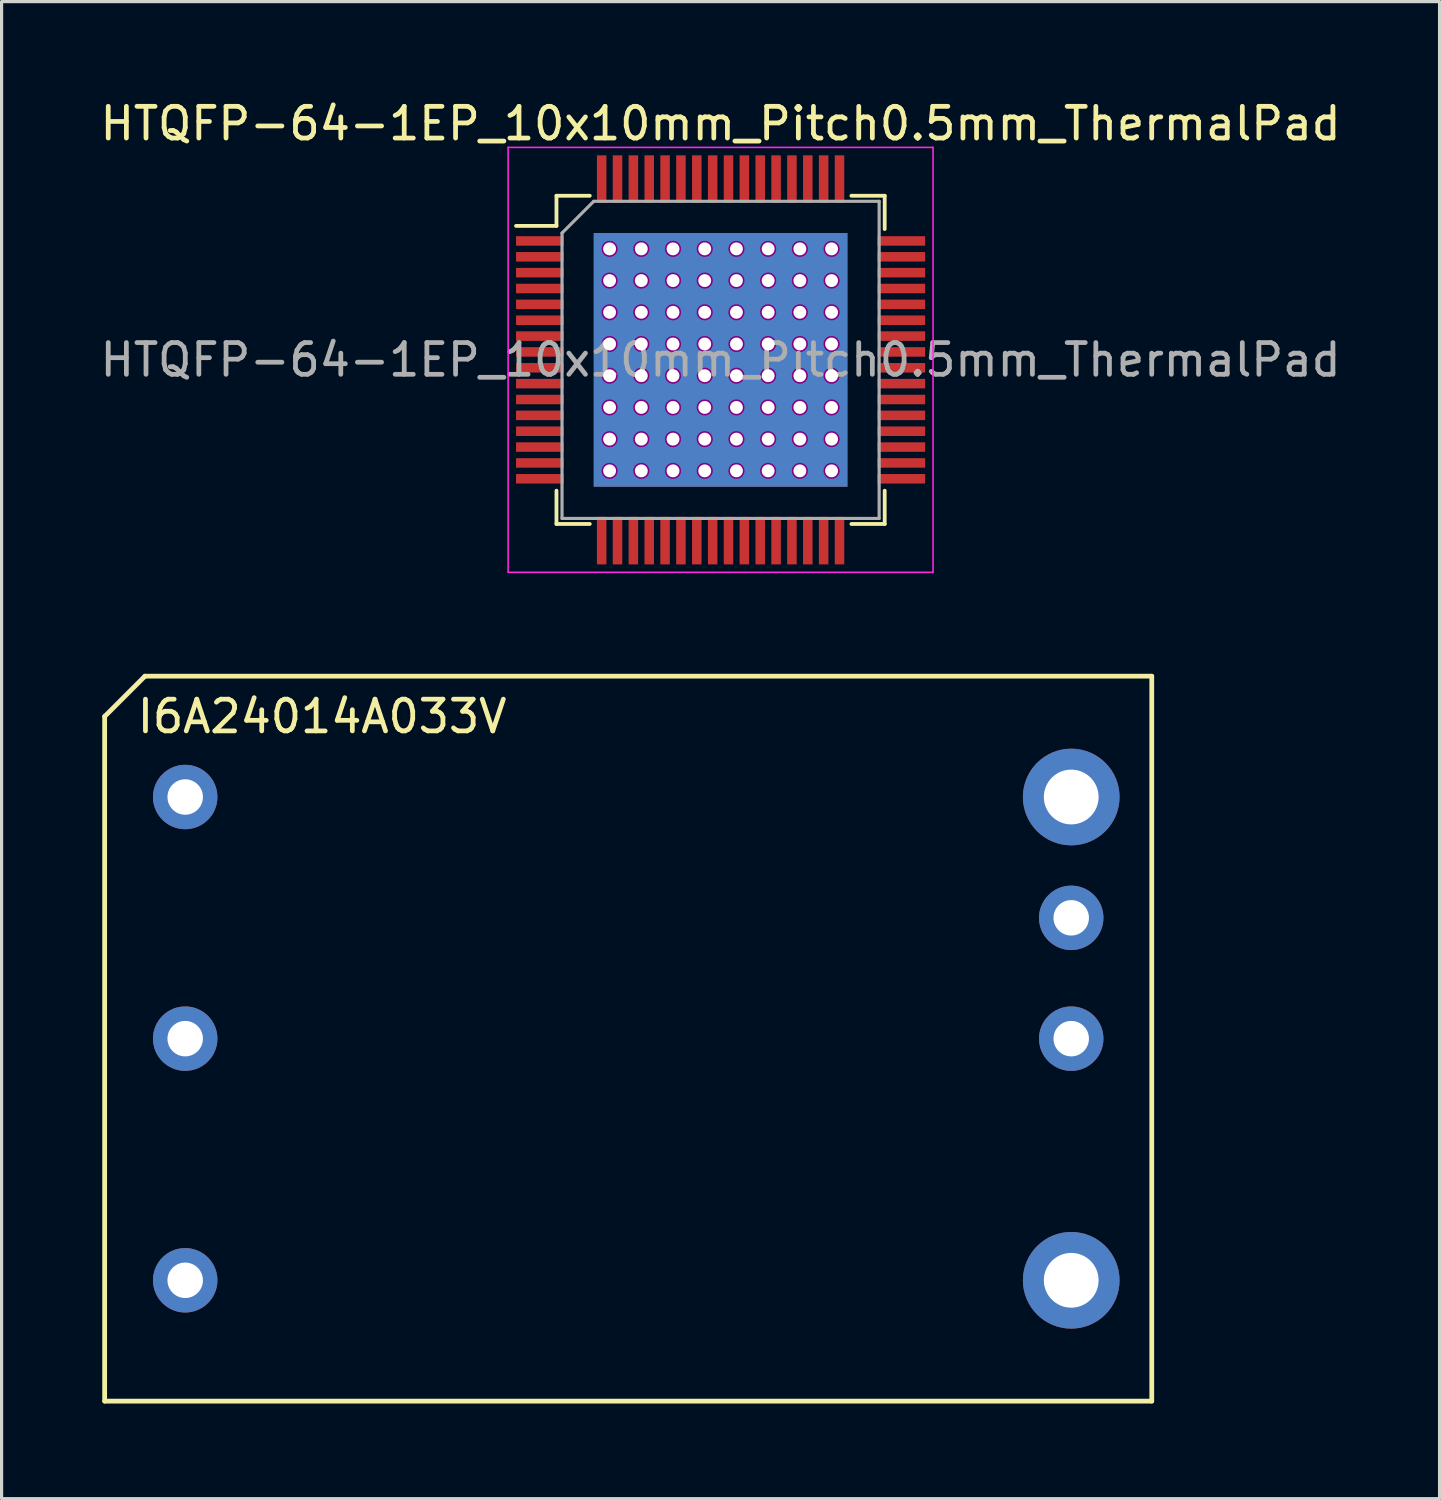
<source format=kicad_pcb>
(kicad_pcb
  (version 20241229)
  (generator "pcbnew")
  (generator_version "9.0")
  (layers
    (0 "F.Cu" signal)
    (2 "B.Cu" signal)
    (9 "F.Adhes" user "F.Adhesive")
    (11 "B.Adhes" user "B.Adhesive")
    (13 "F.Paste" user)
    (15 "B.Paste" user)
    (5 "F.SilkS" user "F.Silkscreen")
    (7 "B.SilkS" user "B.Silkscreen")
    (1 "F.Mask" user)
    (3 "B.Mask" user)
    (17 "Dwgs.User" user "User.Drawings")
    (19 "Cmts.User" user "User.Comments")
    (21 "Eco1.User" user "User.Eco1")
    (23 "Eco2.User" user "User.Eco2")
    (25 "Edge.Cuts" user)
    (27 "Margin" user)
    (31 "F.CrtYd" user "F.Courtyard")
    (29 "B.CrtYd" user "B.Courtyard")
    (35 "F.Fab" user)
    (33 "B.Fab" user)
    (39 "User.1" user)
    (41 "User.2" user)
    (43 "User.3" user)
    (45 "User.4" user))
  (footprint "I6A24014A033V"
    (layer "F.Cu")
    (at 0.25 18.273)
    (property "Reference" "I6A24014A033V" (at 6.858 1.27 0) (layer "F.SilkS") (effects (font (size 1 1) (thickness 0.15))))
    (attr through_hole)
    (fp_line (start 0 1.27) (end 0 22.86) (stroke (width 0.15) (type solid)) (layer "F.SilkS"))
    (fp_line (start 0 22.86) (end 33.02 22.86) (stroke (width 0.15) (type solid)) (layer "F.SilkS"))
    (fp_line (start 1.27 0) (end 0 1.27) (stroke (width 0.15) (type solid)) (layer "F.SilkS"))
    (fp_line (start 1.27 0) (end 33.02 0) (stroke (width 0.15) (type solid)) (layer "F.SilkS"))
    (fp_line (start 33.02 0) (end 33.02 22.86) (stroke (width 0.15) (type solid)) (layer "F.SilkS"))
    (pad "1" thru_hole circle (at 2.54 3.81) (size 2.032 2.032) (drill 1.118) (layers "*.Cu" "*.Mask"))
    (pad "2" thru_hole circle (at 2.54 11.43) (size 2.032 2.032) (drill 1.118) (layers "*.Cu" "*.Mask"))
    (pad "3" thru_hole circle (at 2.54 19.05) (size 2.032 2.032) (drill 1.118) (layers "*.Cu" "*.Mask" "Eco1.User"))
    (pad "4" thru_hole circle (at 30.48 19.05) (size 3.048 3.048) (drill 1.727) (layers "*.Cu" "*.Mask" "Eco1.User"))
    (pad "6" thru_hole circle (at 30.48 11.43) (size 2.032 2.032) (drill 1.118) (layers "*.Cu" "*.Mask"))
    (pad "7" thru_hole circle (at 30.48 7.62) (size 2.032 2.032) (drill 1.118) (layers "*.Cu" "*.Mask"))
    (pad "8" thru_hole circle (at 30.48 3.81) (size 3.048 3.048) (drill 1.727) (layers "*.Cu" "*.Mask" "Eco1.User")))
  (footprint "HTQFP-64-1EP_10x10mm_Pitch0.5mm_ThermalPad"
    (layer "F.Cu")
    (at 19.673 8.298)
    (property "Reference" "HTQFP-64-1EP_10x10mm_Pitch0.5mm_ThermalPad" (at 0 -7.45 0) (layer "F.SilkS") (effects (font (size 1 1) (thickness 0.15))))
    (attr smd)
    (fp_line (start -5.175 -5.175) (end -5.175 -4.225) (stroke (width 0.12) (type solid)) (layer "F.SilkS"))
    (fp_line (start -5.175 -5.175) (end -4.125 -5.175) (stroke (width 0.12) (type solid)) (layer "F.SilkS"))
    (fp_line (start -5.175 -4.225) (end -6.45 -4.225) (stroke (width 0.12) (type solid)) (layer "F.SilkS"))
    (fp_line (start -5.175 5.175) (end -5.175 4.125) (stroke (width 0.12) (type solid)) (layer "F.SilkS"))
    (fp_line (start -5.175 5.175) (end -4.125 5.175) (stroke (width 0.12) (type solid)) (layer "F.SilkS"))
    (fp_line (start 5.175 -5.175) (end 4.125 -5.175) (stroke (width 0.12) (type solid)) (layer "F.SilkS"))
    (fp_line (start 5.175 -5.175) (end 5.175 -4.125) (stroke (width 0.12) (type solid)) (layer "F.SilkS"))
    (fp_line (start 5.175 5.175) (end 4.125 5.175) (stroke (width 0.12) (type solid)) (layer "F.SilkS"))
    (fp_line (start 5.175 5.175) (end 5.175 4.125) (stroke (width 0.12) (type solid)) (layer "F.SilkS"))
    (fp_line (start -6.7 -6.7) (end -6.7 6.7) (stroke (width 0.05) (type solid)) (layer "F.CrtYd"))
    (fp_line (start -6.7 -6.7) (end 6.7 -6.7) (stroke (width 0.05) (type solid)) (layer "F.CrtYd"))
    (fp_line (start -6.7 6.7) (end 6.7 6.7) (stroke (width 0.05) (type solid)) (layer "F.CrtYd"))
    (fp_line (start 6.7 -6.7) (end 6.7 6.7) (stroke (width 0.05) (type solid)) (layer "F.CrtYd"))
    (fp_line (start -5 -4) (end -4 -5) (stroke (width 0.1) (type solid)) (layer "F.Fab"))
    (fp_line (start -5 5) (end -5 -4) (stroke (width 0.1) (type solid)) (layer "F.Fab"))
    (fp_line (start -4 -5) (end 5 -5) (stroke (width 0.1) (type solid)) (layer "F.Fab"))
    (fp_line (start 5 -5) (end 5 5) (stroke (width 0.1) (type solid)) (layer "F.Fab"))
    (fp_line (start 5 5) (end -5 5) (stroke (width 0.1) (type solid)) (layer "F.Fab"))
    (fp_text user "${REFERENCE}" (at 0 0 0) (layer "F.Fab") (effects (font (size 1 1) (thickness 0.15))))
    (pad "1" smd rect (at -5.7 -3.75) (size 1.5 0.3) (layers "F.Cu" "F.Mask" "F.Paste"))
    (pad "2" smd rect (at -5.7 -3.25) (size 1.5 0.3) (layers "F.Cu" "F.Mask" "F.Paste"))
    (pad "3" smd rect (at -5.7 -2.75) (size 1.5 0.3) (layers "F.Cu" "F.Mask" "F.Paste"))
    (pad "4" smd rect (at -5.7 -2.25) (size 1.5 0.3) (layers "F.Cu" "F.Mask" "F.Paste"))
    (pad "5" smd rect (at -5.7 -1.75) (size 1.5 0.3) (layers "F.Cu" "F.Mask" "F.Paste"))
    (pad "6" smd rect (at -5.7 -1.25) (size 1.5 0.3) (layers "F.Cu" "F.Mask" "F.Paste"))
    (pad "7" smd rect (at -5.7 -0.75) (size 1.5 0.3) (layers "F.Cu" "F.Mask" "F.Paste"))
    (pad "8" smd rect (at -5.7 -0.25) (size 1.5 0.3) (layers "F.Cu" "F.Mask" "F.Paste"))
    (pad "9" smd rect (at -5.7 0.25) (size 1.5 0.3) (layers "F.Cu" "F.Mask" "F.Paste"))
    (pad "10" smd rect (at -5.7 0.75) (size 1.5 0.3) (layers "F.Cu" "F.Mask" "F.Paste"))
    (pad "11" smd rect (at -5.7 1.25) (size 1.5 0.3) (layers "F.Cu" "F.Mask" "F.Paste"))
    (pad "12" smd rect (at -5.7 1.75) (size 1.5 0.3) (layers "F.Cu" "F.Mask" "F.Paste"))
    (pad "13" smd rect (at -5.7 2.25) (size 1.5 0.3) (layers "F.Cu" "F.Mask" "F.Paste"))
    (pad "14" smd rect (at -5.7 2.75) (size 1.5 0.3) (layers "F.Cu" "F.Mask" "F.Paste"))
    (pad "15" smd rect (at -5.7 3.25) (size 1.5 0.3) (layers "F.Cu" "F.Mask" "F.Paste"))
    (pad "16" smd rect (at -5.7 3.75) (size 1.5 0.3) (layers "F.Cu" "F.Mask" "F.Paste"))
    (pad "17" smd rect (at -3.75 5.7 90) (size 1.5 0.3) (layers "F.Cu" "F.Mask" "F.Paste"))
    (pad "18" smd rect (at -3.25 5.7 90) (size 1.5 0.3) (layers "F.Cu" "F.Mask" "F.Paste"))
    (pad "19" smd rect (at -2.75 5.7 90) (size 1.5 0.3) (layers "F.Cu" "F.Mask" "F.Paste"))
    (pad "20" smd rect (at -2.25 5.7 90) (size 1.5 0.3) (layers "F.Cu" "F.Mask" "F.Paste"))
    (pad "21" smd rect (at -1.75 5.7 90) (size 1.5 0.3) (layers "F.Cu" "F.Mask" "F.Paste"))
    (pad "22" smd rect (at -1.25 5.7 90) (size 1.5 0.3) (layers "F.Cu" "F.Mask" "F.Paste"))
    (pad "23" smd rect (at -0.75 5.7 90) (size 1.5 0.3) (layers "F.Cu" "F.Mask" "F.Paste"))
    (pad "24" smd rect (at -0.25 5.7 90) (size 1.5 0.3) (layers "F.Cu" "F.Mask" "F.Paste"))
    (pad "25" smd rect (at 0.25 5.7 90) (size 1.5 0.3) (layers "F.Cu" "F.Mask" "F.Paste"))
    (pad "26" smd rect (at 0.75 5.7 90) (size 1.5 0.3) (layers "F.Cu" "F.Mask" "F.Paste"))
    (pad "27" smd rect (at 1.25 5.7 90) (size 1.5 0.3) (layers "F.Cu" "F.Mask" "F.Paste"))
    (pad "28" smd rect (at 1.75 5.7 90) (size 1.5 0.3) (layers "F.Cu" "F.Mask" "F.Paste"))
    (pad "29" smd rect (at 2.25 5.7 90) (size 1.5 0.3) (layers "F.Cu" "F.Mask" "F.Paste"))
    (pad "30" smd rect (at 2.75 5.7 90) (size 1.5 0.3) (layers "F.Cu" "F.Mask" "F.Paste"))
    (pad "31" smd rect (at 3.25 5.7 90) (size 1.5 0.3) (layers "F.Cu" "F.Mask" "F.Paste"))
    (pad "32" smd rect (at 3.75 5.7 90) (size 1.5 0.3) (layers "F.Cu" "F.Mask" "F.Paste"))
    (pad "33" smd rect (at 5.7 3.75) (size 1.5 0.3) (layers "F.Cu" "F.Mask" "F.Paste"))
    (pad "34" smd rect (at 5.7 3.25) (size 1.5 0.3) (layers "F.Cu" "F.Mask" "F.Paste"))
    (pad "35" smd rect (at 5.7 2.75) (size 1.5 0.3) (layers "F.Cu" "F.Mask" "F.Paste"))
    (pad "36" smd rect (at 5.7 2.25) (size 1.5 0.3) (layers "F.Cu" "F.Mask" "F.Paste"))
    (pad "37" smd rect (at 5.7 1.75) (size 1.5 0.3) (layers "F.Cu" "F.Mask" "F.Paste"))
    (pad "38" smd rect (at 5.7 1.25) (size 1.5 0.3) (layers "F.Cu" "F.Mask" "F.Paste"))
    (pad "39" smd rect (at 5.7 0.75) (size 1.5 0.3) (layers "F.Cu" "F.Mask" "F.Paste"))
    (pad "40" smd rect (at 5.7 0.25) (size 1.5 0.3) (layers "F.Cu" "F.Mask" "F.Paste"))
    (pad "41" smd rect (at 5.7 -0.25) (size 1.5 0.3) (layers "F.Cu" "F.Mask" "F.Paste"))
    (pad "42" smd rect (at 5.7 -0.75) (size 1.5 0.3) (layers "F.Cu" "F.Mask" "F.Paste"))
    (pad "43" smd rect (at 5.7 -1.25) (size 1.5 0.3) (layers "F.Cu" "F.Mask" "F.Paste"))
    (pad "44" smd rect (at 5.7 -1.75) (size 1.5 0.3) (layers "F.Cu" "F.Mask" "F.Paste"))
    (pad "45" smd rect (at 5.7 -2.25) (size 1.5 0.3) (layers "F.Cu" "F.Mask" "F.Paste"))
    (pad "46" smd rect (at 5.7 -2.75) (size 1.5 0.3) (layers "F.Cu" "F.Mask" "F.Paste"))
    (pad "47" smd rect (at 5.7 -3.25) (size 1.5 0.3) (layers "F.Cu" "F.Mask" "F.Paste"))
    (pad "48" smd rect (at 5.7 -3.75) (size 1.5 0.3) (layers "F.Cu" "F.Mask" "F.Paste"))
    (pad "49" smd rect (at 3.75 -5.7 90) (size 1.5 0.3) (layers "F.Cu" "F.Mask" "F.Paste"))
    (pad "50" smd rect (at 3.25 -5.7 90) (size 1.5 0.3) (layers "F.Cu" "F.Mask" "F.Paste"))
    (pad "51" smd rect (at 2.75 -5.7 90) (size 1.5 0.3) (layers "F.Cu" "F.Mask" "F.Paste"))
    (pad "52" smd rect (at 2.25 -5.7 90) (size 1.5 0.3) (layers "F.Cu" "F.Mask" "F.Paste"))
    (pad "53" smd rect (at 1.75 -5.7 90) (size 1.5 0.3) (layers "F.Cu" "F.Mask" "F.Paste"))
    (pad "54" smd rect (at 1.25 -5.7 90) (size 1.5 0.3) (layers "F.Cu" "F.Mask" "F.Paste"))
    (pad "55" smd rect (at 0.75 -5.7 90) (size 1.5 0.3) (layers "F.Cu" "F.Mask" "F.Paste"))
    (pad "56" smd rect (at 0.25 -5.7 90) (size 1.5 0.3) (layers "F.Cu" "F.Mask" "F.Paste"))
    (pad "57" smd rect (at -0.25 -5.7 90) (size 1.5 0.3) (layers "F.Cu" "F.Mask" "F.Paste"))
    (pad "58" smd rect (at -0.75 -5.7 90) (size 1.5 0.3) (layers "F.Cu" "F.Mask" "F.Paste"))
    (pad "59" smd rect (at -1.25 -5.7 90) (size 1.5 0.3) (layers "F.Cu" "F.Mask" "F.Paste"))
    (pad "60" smd rect (at -1.75 -5.7 90) (size 1.5 0.3) (layers "F.Cu" "F.Mask" "F.Paste"))
    (pad "61" smd rect (at -2.25 -5.7 90) (size 1.5 0.3) (layers "F.Cu" "F.Mask" "F.Paste"))
    (pad "62" smd rect (at -2.75 -5.7 90) (size 1.5 0.3) (layers "F.Cu" "F.Mask" "F.Paste"))
    (pad "63" smd rect (at -3.25 -5.7 90) (size 1.5 0.3) (layers "F.Cu" "F.Mask" "F.Paste"))
    (pad "64" smd rect (at -3.75 -5.7 90) (size 1.5 0.3) (layers "F.Cu" "F.Mask" "F.Paste"))
    (pad "65" thru_hole circle (at -3.5 -3.5 90) (size 0.508 0.508) (drill 0.406) (layers "*.Cu" "F.Adhes"))
    (pad "65" thru_hole circle (at -3.5 -2.5 90) (size 0.508 0.508) (drill 0.406) (layers "*.Cu" "F.Adhes"))
    (pad "65" thru_hole circle (at -3.5 -1.5 90) (size 0.508 0.508) (drill 0.406) (layers "*.Cu" "F.Adhes"))
    (pad "65" thru_hole circle (at -3.5 -0.5 90) (size 0.508 0.508) (drill 0.406) (layers "*.Cu" "F.Adhes"))
    (pad "65" thru_hole circle (at -3.5 0.5 90) (size 0.508 0.508) (drill 0.406) (layers "*.Cu" "F.Adhes"))
    (pad "65" thru_hole circle (at -3.5 1.5 90) (size 0.508 0.508) (drill 0.406) (layers "*.Cu" "F.Adhes"))
    (pad "65" thru_hole circle (at -3.5 2.5 90) (size 0.508 0.508) (drill 0.406) (layers "*.Cu" "F.Adhes"))
    (pad "65" thru_hole circle (at -3.5 3.5 90) (size 0.508 0.508) (drill 0.406) (layers "*.Cu" "F.Adhes"))
    (pad "65" thru_hole circle (at -2.5 -3.5 90) (size 0.508 0.508) (drill 0.406) (layers "*.Cu" "F.Adhes"))
    (pad "65" thru_hole circle (at -2.5 -2.5 90) (size 0.508 0.508) (drill 0.406) (layers "*.Cu" "F.Adhes"))
    (pad "65" thru_hole circle (at -2.5 -1.5 90) (size 0.508 0.508) (drill 0.406) (layers "*.Cu" "F.Adhes"))
    (pad "65" thru_hole circle (at -2.5 -0.5 90) (size 0.508 0.508) (drill 0.406) (layers "*.Cu" "F.Adhes"))
    (pad "65" thru_hole circle (at -2.5 0.5 90) (size 0.508 0.508) (drill 0.406) (layers "*.Cu" "F.Adhes"))
    (pad "65" thru_hole circle (at -2.5 1.5 90) (size 0.508 0.508) (drill 0.406) (layers "*.Cu" "F.Adhes"))
    (pad "65" thru_hole circle (at -2.5 2.5 90) (size 0.508 0.508) (drill 0.406) (layers "*.Cu" "F.Adhes"))
    (pad "65" thru_hole circle (at -2.5 3.5 90) (size 0.508 0.508) (drill 0.406) (layers "*.Cu" "F.Adhes"))
    (pad "65" thru_hole circle (at -1.5 -3.5 90) (size 0.508 0.508) (drill 0.406) (layers "*.Cu" "F.Adhes"))
    (pad "65" thru_hole circle (at -1.5 -2.5 90) (size 0.508 0.508) (drill 0.406) (layers "*.Cu" "F.Adhes"))
    (pad "65" thru_hole circle (at -1.5 -1.5 90) (size 0.508 0.508) (drill 0.406) (layers "*.Cu" "F.Adhes"))
    (pad "65" thru_hole circle (at -1.5 -0.5 90) (size 0.508 0.508) (drill 0.406) (layers "*.Cu" "F.Adhes"))
    (pad "65" thru_hole circle (at -1.5 0.5 90) (size 0.508 0.508) (drill 0.406) (layers "*.Cu" "F.Adhes"))
    (pad "65" thru_hole circle (at -1.5 1.5 90) (size 0.508 0.508) (drill 0.406) (layers "*.Cu" "F.Adhes"))
    (pad "65" thru_hole circle (at -1.5 2.5 90) (size 0.508 0.508) (drill 0.406) (layers "*.Cu" "F.Adhes"))
    (pad "65" thru_hole circle (at -1.5 3.5 90) (size 0.508 0.508) (drill 0.406) (layers "*.Cu" "F.Adhes"))
    (pad "65" thru_hole circle (at -0.5 -3.5 90) (size 0.508 0.508) (drill 0.406) (layers "*.Cu" "F.Adhes"))
    (pad "65" thru_hole circle (at -0.5 -2.5 90) (size 0.508 0.508) (drill 0.406) (layers "*.Cu" "F.Adhes"))
    (pad "65" thru_hole circle (at -0.5 -1.5 90) (size 0.508 0.508) (drill 0.406) (layers "*.Cu" "F.Adhes"))
    (pad "65" thru_hole circle (at -0.5 -0.5 90) (size 0.508 0.508) (drill 0.406) (layers "*.Cu" "F.Adhes"))
    (pad "65" thru_hole circle (at -0.5 0.5 90) (size 0.508 0.508) (drill 0.406) (layers "*.Cu" "F.Adhes"))
    (pad "65" thru_hole circle (at -0.5 1.5 90) (size 0.508 0.508) (drill 0.406) (layers "*.Cu" "F.Adhes"))
    (pad "65" thru_hole circle (at -0.5 2.5 90) (size 0.508 0.508) (drill 0.406) (layers "*.Cu" "F.Adhes"))
    (pad "65" thru_hole circle (at -0.5 3.5 90) (size 0.508 0.508) (drill 0.406) (layers "*.Cu" "F.Adhes"))
    (pad "65" smd rect (at 0 0 180) (size 8 8) (layers "F.Cu" "F.Mask" "F.Paste"))
    (pad "65" smd rect (at 0 0 180) (size 8 8) (layers "B.Cu"))
    (pad "65" thru_hole circle (at 0.5 -3.5 90) (size 0.508 0.508) (drill 0.406) (layers "*.Cu" "F.Adhes"))
    (pad "65" thru_hole circle (at 0.5 -2.5 90) (size 0.508 0.508) (drill 0.406) (layers "*.Cu" "F.Adhes"))
    (pad "65" thru_hole circle (at 0.5 -1.5 90) (size 0.508 0.508) (drill 0.406) (layers "*.Cu" "F.Adhes"))
    (pad "65" thru_hole circle (at 0.5 -0.5 90) (size 0.508 0.508) (drill 0.406) (layers "*.Cu" "F.Adhes"))
    (pad "65" thru_hole circle (at 0.5 0.5 90) (size 0.508 0.508) (drill 0.406) (layers "*.Cu" "F.Adhes"))
    (pad "65" thru_hole circle (at 0.5 1.5 90) (size 0.508 0.508) (drill 0.406) (layers "*.Cu" "F.Adhes"))
    (pad "65" thru_hole circle (at 0.5 2.5 90) (size 0.508 0.508) (drill 0.406) (layers "*.Cu" "F.Adhes"))
    (pad "65" thru_hole circle (at 0.5 3.5 90) (size 0.508 0.508) (drill 0.406) (layers "*.Cu" "F.Adhes"))
    (pad "65" thru_hole circle (at 1.5 -3.5 90) (size 0.508 0.508) (drill 0.406) (layers "*.Cu" "F.Adhes"))
    (pad "65" thru_hole circle (at 1.5 -2.5 90) (size 0.508 0.508) (drill 0.406) (layers "*.Cu" "F.Adhes"))
    (pad "65" thru_hole circle (at 1.5 -1.5 90) (size 0.508 0.508) (drill 0.406) (layers "*.Cu" "F.Adhes"))
    (pad "65" thru_hole circle (at 1.5 -0.5 90) (size 0.508 0.508) (drill 0.406) (layers "*.Cu" "F.Adhes"))
    (pad "65" thru_hole circle (at 1.5 0.5 90) (size 0.508 0.508) (drill 0.406) (layers "*.Cu" "F.Adhes"))
    (pad "65" thru_hole circle (at 1.5 1.5 90) (size 0.508 0.508) (drill 0.406) (layers "*.Cu" "F.Adhes"))
    (pad "65" thru_hole circle (at 1.5 2.5 90) (size 0.508 0.508) (drill 0.406) (layers "*.Cu" "F.Adhes"))
    (pad "65" thru_hole circle (at 1.5 3.5 90) (size 0.508 0.508) (drill 0.406) (layers "*.Cu" "F.Adhes"))
    (pad "65" thru_hole circle (at 2.5 -3.5 90) (size 0.508 0.508) (drill 0.406) (layers "*.Cu" "F.Adhes"))
    (pad "65" thru_hole circle (at 2.5 -2.5 90) (size 0.508 0.508) (drill 0.406) (layers "*.Cu" "F.Adhes"))
    (pad "65" thru_hole circle (at 2.5 -1.5 90) (size 0.508 0.508) (drill 0.406) (layers "*.Cu" "F.Adhes"))
    (pad "65" thru_hole circle (at 2.5 -0.5 90) (size 0.508 0.508) (drill 0.406) (layers "*.Cu" "F.Adhes"))
    (pad "65" thru_hole circle (at 2.5 0.5 90) (size 0.508 0.508) (drill 0.406) (layers "*.Cu" "F.Adhes"))
    (pad "65" thru_hole circle (at 2.5 1.5 90) (size 0.508 0.508) (drill 0.406) (layers "*.Cu" "F.Adhes"))
    (pad "65" thru_hole circle (at 2.5 2.5 90) (size 0.508 0.508) (drill 0.406) (layers "*.Cu" "F.Adhes"))
    (pad "65" thru_hole circle (at 2.5 3.5 90) (size 0.508 0.508) (drill 0.406) (layers "*.Cu" "F.Adhes"))
    (pad "65" thru_hole circle (at 3.5 -3.5 90) (size 0.508 0.508) (drill 0.406) (layers "*.Cu" "F.Adhes"))
    (pad "65" thru_hole circle (at 3.5 -2.5 90) (size 0.508 0.508) (drill 0.406) (layers "*.Cu" "F.Adhes"))
    (pad "65" thru_hole circle (at 3.5 -1.5 90) (size 0.508 0.508) (drill 0.406) (layers "*.Cu" "F.Adhes"))
    (pad "65" thru_hole circle (at 3.5 -0.5 90) (size 0.508 0.508) (drill 0.406) (layers "*.Cu" "F.Adhes"))
    (pad "65" thru_hole circle (at 3.5 0.5 90) (size 0.508 0.508) (drill 0.406) (layers "*.Cu" "F.Adhes"))
    (pad "65" thru_hole circle (at 3.5 1.5 90) (size 0.508 0.508) (drill 0.406) (layers "*.Cu" "F.Adhes"))
    (pad "65" thru_hole circle (at 3.5 2.5 90) (size 0.508 0.508) (drill 0.406) (layers "*.Cu" "F.Adhes"))
    (pad "65" thru_hole circle (at 3.5 3.5 90) (size 0.508 0.508) (drill 0.406) (layers "*.Cu" "F.Adhes")))
  (gr_rect
    (start -3 -3)
    (end 42.345 44.208)
    (stroke (width 0.1) (type default))
    (fill no)
    (layer "Edge.Cuts")))
</source>
